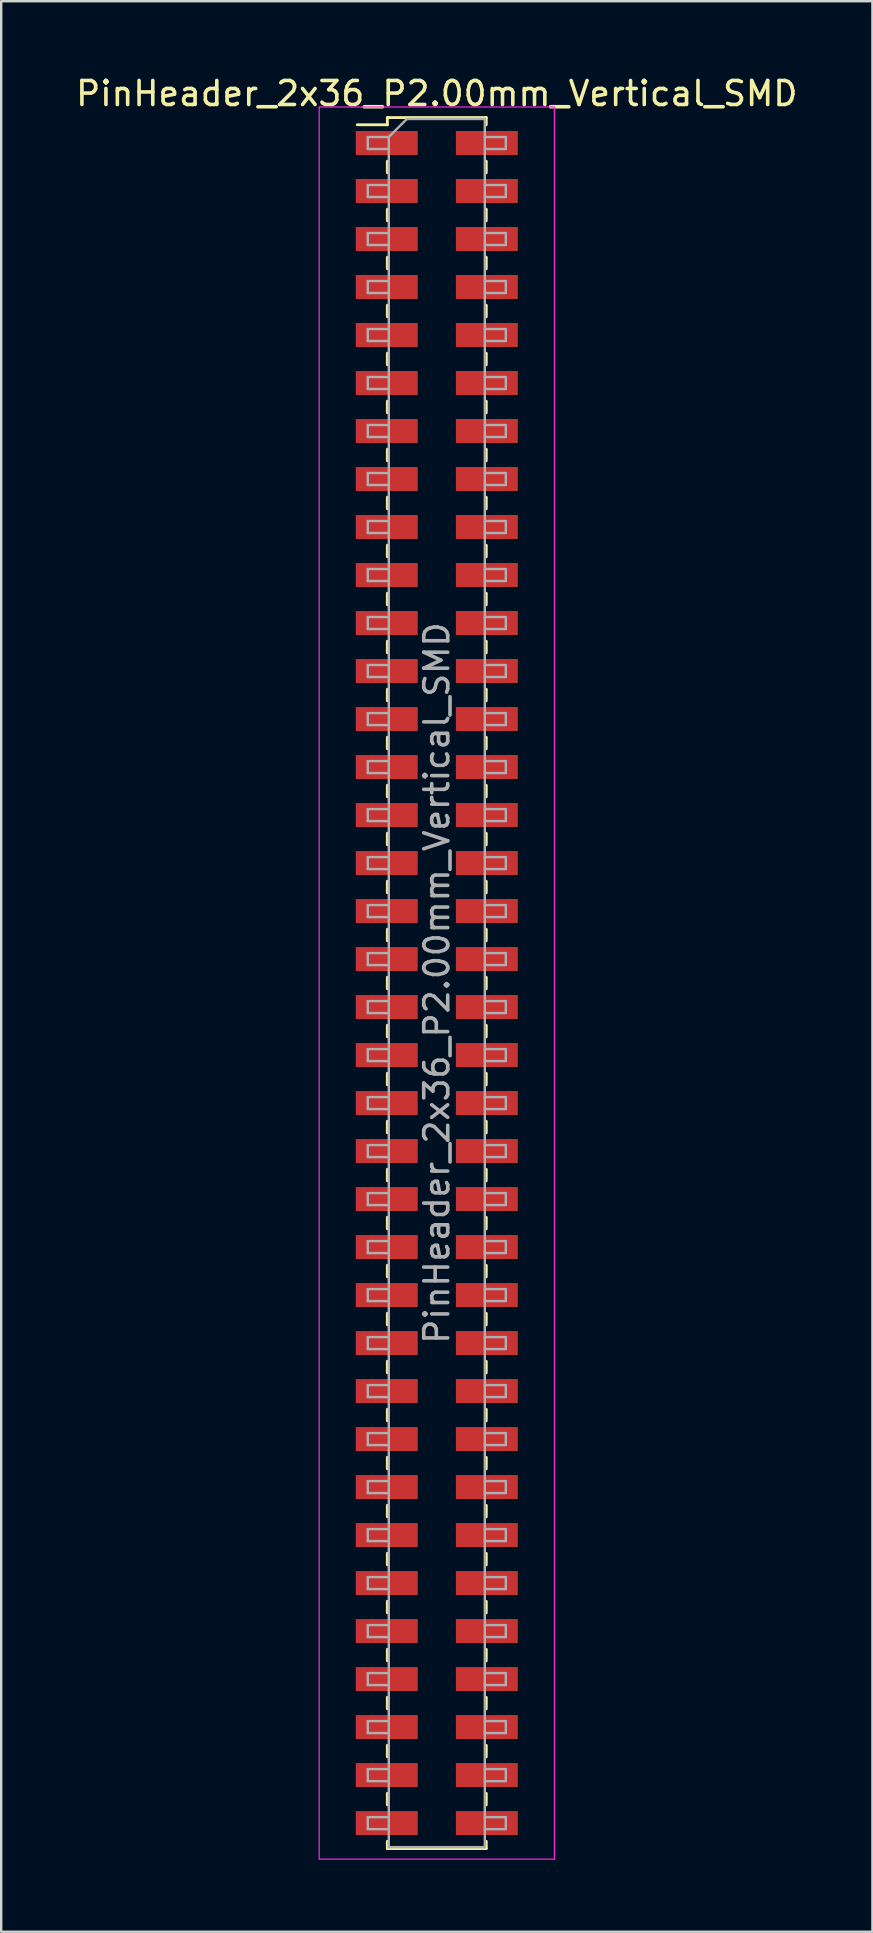
<source format=kicad_pcb>
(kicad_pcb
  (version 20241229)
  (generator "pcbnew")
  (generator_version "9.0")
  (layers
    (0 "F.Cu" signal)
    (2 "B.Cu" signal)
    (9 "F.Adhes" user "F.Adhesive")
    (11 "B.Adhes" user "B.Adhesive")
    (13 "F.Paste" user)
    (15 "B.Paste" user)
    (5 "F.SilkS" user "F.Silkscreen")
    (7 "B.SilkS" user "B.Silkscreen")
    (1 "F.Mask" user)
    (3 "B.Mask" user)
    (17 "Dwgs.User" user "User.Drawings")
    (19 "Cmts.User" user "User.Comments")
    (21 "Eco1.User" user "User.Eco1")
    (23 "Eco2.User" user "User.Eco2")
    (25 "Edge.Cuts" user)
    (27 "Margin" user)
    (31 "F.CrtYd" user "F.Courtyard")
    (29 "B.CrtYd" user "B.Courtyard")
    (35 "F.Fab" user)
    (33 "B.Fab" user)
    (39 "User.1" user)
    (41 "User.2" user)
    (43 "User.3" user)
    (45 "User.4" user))
  (footprint "PinHeader_2x36_P2.00mm_Vertical_SMD"
    (layer "F.Cu")
    (at 15.149 37.908)
    (property "Reference" "PinHeader_2x36_P2.00mm_Vertical_SMD" (at 0 -37.06 0) (layer "F.SilkS") (effects (font (size 1 1) (thickness 0.15))))
    (attr smd)
    (fp_line (start -3.315 -35.76) (end -2.06 -35.76) (stroke (width 0.12) (type solid)) (layer "F.SilkS"))
    (fp_line (start -2.06 -36.06) (end -2.06 -35.76) (stroke (width 0.12) (type solid)) (layer "F.SilkS"))
    (fp_line (start -2.06 -36.06) (end 2.06 -36.06) (stroke (width 0.12) (type solid)) (layer "F.SilkS"))
    (fp_line (start -2.06 -34.24) (end -2.06 -33.76) (stroke (width 0.12) (type solid)) (layer "F.SilkS"))
    (fp_line (start -2.06 -32.24) (end -2.06 -31.76) (stroke (width 0.12) (type solid)) (layer "F.SilkS"))
    (fp_line (start -2.06 -30.24) (end -2.06 -29.76) (stroke (width 0.12) (type solid)) (layer "F.SilkS"))
    (fp_line (start -2.06 -28.24) (end -2.06 -27.76) (stroke (width 0.12) (type solid)) (layer "F.SilkS"))
    (fp_line (start -2.06 -26.24) (end -2.06 -25.76) (stroke (width 0.12) (type solid)) (layer "F.SilkS"))
    (fp_line (start -2.06 -24.24) (end -2.06 -23.76) (stroke (width 0.12) (type solid)) (layer "F.SilkS"))
    (fp_line (start -2.06 -22.24) (end -2.06 -21.76) (stroke (width 0.12) (type solid)) (layer "F.SilkS"))
    (fp_line (start -2.06 -20.24) (end -2.06 -19.76) (stroke (width 0.12) (type solid)) (layer "F.SilkS"))
    (fp_line (start -2.06 -18.24) (end -2.06 -17.76) (stroke (width 0.12) (type solid)) (layer "F.SilkS"))
    (fp_line (start -2.06 -16.24) (end -2.06 -15.76) (stroke (width 0.12) (type solid)) (layer "F.SilkS"))
    (fp_line (start -2.06 -14.24) (end -2.06 -13.76) (stroke (width 0.12) (type solid)) (layer "F.SilkS"))
    (fp_line (start -2.06 -12.24) (end -2.06 -11.76) (stroke (width 0.12) (type solid)) (layer "F.SilkS"))
    (fp_line (start -2.06 -10.24) (end -2.06 -9.76) (stroke (width 0.12) (type solid)) (layer "F.SilkS"))
    (fp_line (start -2.06 -8.24) (end -2.06 -7.76) (stroke (width 0.12) (type solid)) (layer "F.SilkS"))
    (fp_line (start -2.06 -6.24) (end -2.06 -5.76) (stroke (width 0.12) (type solid)) (layer "F.SilkS"))
    (fp_line (start -2.06 -4.24) (end -2.06 -3.76) (stroke (width 0.12) (type solid)) (layer "F.SilkS"))
    (fp_line (start -2.06 -2.24) (end -2.06 -1.76) (stroke (width 0.12) (type solid)) (layer "F.SilkS"))
    (fp_line (start -2.06 -0.24) (end -2.06 0.24) (stroke (width 0.12) (type solid)) (layer "F.SilkS"))
    (fp_line (start -2.06 1.76) (end -2.06 2.24) (stroke (width 0.12) (type solid)) (layer "F.SilkS"))
    (fp_line (start -2.06 3.76) (end -2.06 4.24) (stroke (width 0.12) (type solid)) (layer "F.SilkS"))
    (fp_line (start -2.06 5.76) (end -2.06 6.24) (stroke (width 0.12) (type solid)) (layer "F.SilkS"))
    (fp_line (start -2.06 7.76) (end -2.06 8.24) (stroke (width 0.12) (type solid)) (layer "F.SilkS"))
    (fp_line (start -2.06 9.76) (end -2.06 10.24) (stroke (width 0.12) (type solid)) (layer "F.SilkS"))
    (fp_line (start -2.06 11.76) (end -2.06 12.24) (stroke (width 0.12) (type solid)) (layer "F.SilkS"))
    (fp_line (start -2.06 13.76) (end -2.06 14.24) (stroke (width 0.12) (type solid)) (layer "F.SilkS"))
    (fp_line (start -2.06 15.76) (end -2.06 16.24) (stroke (width 0.12) (type solid)) (layer "F.SilkS"))
    (fp_line (start -2.06 17.76) (end -2.06 18.24) (stroke (width 0.12) (type solid)) (layer "F.SilkS"))
    (fp_line (start -2.06 19.76) (end -2.06 20.24) (stroke (width 0.12) (type solid)) (layer "F.SilkS"))
    (fp_line (start -2.06 21.76) (end -2.06 22.24) (stroke (width 0.12) (type solid)) (layer "F.SilkS"))
    (fp_line (start -2.06 23.76) (end -2.06 24.24) (stroke (width 0.12) (type solid)) (layer "F.SilkS"))
    (fp_line (start -2.06 25.76) (end -2.06 26.24) (stroke (width 0.12) (type solid)) (layer "F.SilkS"))
    (fp_line (start -2.06 27.76) (end -2.06 28.24) (stroke (width 0.12) (type solid)) (layer "F.SilkS"))
    (fp_line (start -2.06 29.76) (end -2.06 30.24) (stroke (width 0.12) (type solid)) (layer "F.SilkS"))
    (fp_line (start -2.06 31.76) (end -2.06 32.24) (stroke (width 0.12) (type solid)) (layer "F.SilkS"))
    (fp_line (start -2.06 33.76) (end -2.06 34.24) (stroke (width 0.12) (type solid)) (layer "F.SilkS"))
    (fp_line (start -2.06 35.76) (end -2.06 36.06) (stroke (width 0.12) (type solid)) (layer "F.SilkS"))
    (fp_line (start -2.06 36.06) (end 2.06 36.06) (stroke (width 0.12) (type solid)) (layer "F.SilkS"))
    (fp_line (start 2.06 -36.06) (end 2.06 -35.76) (stroke (width 0.12) (type solid)) (layer "F.SilkS"))
    (fp_line (start 2.06 -34.24) (end 2.06 -33.76) (stroke (width 0.12) (type solid)) (layer "F.SilkS"))
    (fp_line (start 2.06 -32.24) (end 2.06 -31.76) (stroke (width 0.12) (type solid)) (layer "F.SilkS"))
    (fp_line (start 2.06 -30.24) (end 2.06 -29.76) (stroke (width 0.12) (type solid)) (layer "F.SilkS"))
    (fp_line (start 2.06 -28.24) (end 2.06 -27.76) (stroke (width 0.12) (type solid)) (layer "F.SilkS"))
    (fp_line (start 2.06 -26.24) (end 2.06 -25.76) (stroke (width 0.12) (type solid)) (layer "F.SilkS"))
    (fp_line (start 2.06 -24.24) (end 2.06 -23.76) (stroke (width 0.12) (type solid)) (layer "F.SilkS"))
    (fp_line (start 2.06 -22.24) (end 2.06 -21.76) (stroke (width 0.12) (type solid)) (layer "F.SilkS"))
    (fp_line (start 2.06 -20.24) (end 2.06 -19.76) (stroke (width 0.12) (type solid)) (layer "F.SilkS"))
    (fp_line (start 2.06 -18.24) (end 2.06 -17.76) (stroke (width 0.12) (type solid)) (layer "F.SilkS"))
    (fp_line (start 2.06 -16.24) (end 2.06 -15.76) (stroke (width 0.12) (type solid)) (layer "F.SilkS"))
    (fp_line (start 2.06 -14.24) (end 2.06 -13.76) (stroke (width 0.12) (type solid)) (layer "F.SilkS"))
    (fp_line (start 2.06 -12.24) (end 2.06 -11.76) (stroke (width 0.12) (type solid)) (layer "F.SilkS"))
    (fp_line (start 2.06 -10.24) (end 2.06 -9.76) (stroke (width 0.12) (type solid)) (layer "F.SilkS"))
    (fp_line (start 2.06 -8.24) (end 2.06 -7.76) (stroke (width 0.12) (type solid)) (layer "F.SilkS"))
    (fp_line (start 2.06 -6.24) (end 2.06 -5.76) (stroke (width 0.12) (type solid)) (layer "F.SilkS"))
    (fp_line (start 2.06 -4.24) (end 2.06 -3.76) (stroke (width 0.12) (type solid)) (layer "F.SilkS"))
    (fp_line (start 2.06 -2.24) (end 2.06 -1.76) (stroke (width 0.12) (type solid)) (layer "F.SilkS"))
    (fp_line (start 2.06 -0.24) (end 2.06 0.24) (stroke (width 0.12) (type solid)) (layer "F.SilkS"))
    (fp_line (start 2.06 1.76) (end 2.06 2.24) (stroke (width 0.12) (type solid)) (layer "F.SilkS"))
    (fp_line (start 2.06 3.76) (end 2.06 4.24) (stroke (width 0.12) (type solid)) (layer "F.SilkS"))
    (fp_line (start 2.06 5.76) (end 2.06 6.24) (stroke (width 0.12) (type solid)) (layer "F.SilkS"))
    (fp_line (start 2.06 7.76) (end 2.06 8.24) (stroke (width 0.12) (type solid)) (layer "F.SilkS"))
    (fp_line (start 2.06 9.76) (end 2.06 10.24) (stroke (width 0.12) (type solid)) (layer "F.SilkS"))
    (fp_line (start 2.06 11.76) (end 2.06 12.24) (stroke (width 0.12) (type solid)) (layer "F.SilkS"))
    (fp_line (start 2.06 13.76) (end 2.06 14.24) (stroke (width 0.12) (type solid)) (layer "F.SilkS"))
    (fp_line (start 2.06 15.76) (end 2.06 16.24) (stroke (width 0.12) (type solid)) (layer "F.SilkS"))
    (fp_line (start 2.06 17.76) (end 2.06 18.24) (stroke (width 0.12) (type solid)) (layer "F.SilkS"))
    (fp_line (start 2.06 19.76) (end 2.06 20.24) (stroke (width 0.12) (type solid)) (layer "F.SilkS"))
    (fp_line (start 2.06 21.76) (end 2.06 22.24) (stroke (width 0.12) (type solid)) (layer "F.SilkS"))
    (fp_line (start 2.06 23.76) (end 2.06 24.24) (stroke (width 0.12) (type solid)) (layer "F.SilkS"))
    (fp_line (start 2.06 25.76) (end 2.06 26.24) (stroke (width 0.12) (type solid)) (layer "F.SilkS"))
    (fp_line (start 2.06 27.76) (end 2.06 28.24) (stroke (width 0.12) (type solid)) (layer "F.SilkS"))
    (fp_line (start 2.06 29.76) (end 2.06 30.24) (stroke (width 0.12) (type solid)) (layer "F.SilkS"))
    (fp_line (start 2.06 31.76) (end 2.06 32.24) (stroke (width 0.12) (type solid)) (layer "F.SilkS"))
    (fp_line (start 2.06 33.76) (end 2.06 34.24) (stroke (width 0.12) (type solid)) (layer "F.SilkS"))
    (fp_line (start 2.06 35.76) (end 2.06 36.06) (stroke (width 0.12) (type solid)) (layer "F.SilkS"))
    (fp_line (start -4.9 -36.5) (end -4.9 36.5) (stroke (width 0.05) (type solid)) (layer "F.CrtYd"))
    (fp_line (start -4.9 36.5) (end 4.9 36.5) (stroke (width 0.05) (type solid)) (layer "F.CrtYd"))
    (fp_line (start 4.9 -36.5) (end -4.9 -36.5) (stroke (width 0.05) (type solid)) (layer "F.CrtYd"))
    (fp_line (start 4.9 36.5) (end 4.9 -36.5) (stroke (width 0.05) (type solid)) (layer "F.CrtYd"))
    (fp_line (start -2.875 -35.25) (end -2.875 -34.75) (stroke (width 0.1) (type solid)) (layer "F.Fab"))
    (fp_line (start -2.875 -34.75) (end -2 -34.75) (stroke (width 0.1) (type solid)) (layer "F.Fab"))
    (fp_line (start -2.875 -33.25) (end -2.875 -32.75) (stroke (width 0.1) (type solid)) (layer "F.Fab"))
    (fp_line (start -2.875 -32.75) (end -2 -32.75) (stroke (width 0.1) (type solid)) (layer "F.Fab"))
    (fp_line (start -2.875 -31.25) (end -2.875 -30.75) (stroke (width 0.1) (type solid)) (layer "F.Fab"))
    (fp_line (start -2.875 -30.75) (end -2 -30.75) (stroke (width 0.1) (type solid)) (layer "F.Fab"))
    (fp_line (start -2.875 -29.25) (end -2.875 -28.75) (stroke (width 0.1) (type solid)) (layer "F.Fab"))
    (fp_line (start -2.875 -28.75) (end -2 -28.75) (stroke (width 0.1) (type solid)) (layer "F.Fab"))
    (fp_line (start -2.875 -27.25) (end -2.875 -26.75) (stroke (width 0.1) (type solid)) (layer "F.Fab"))
    (fp_line (start -2.875 -26.75) (end -2 -26.75) (stroke (width 0.1) (type solid)) (layer "F.Fab"))
    (fp_line (start -2.875 -25.25) (end -2.875 -24.75) (stroke (width 0.1) (type solid)) (layer "F.Fab"))
    (fp_line (start -2.875 -24.75) (end -2 -24.75) (stroke (width 0.1) (type solid)) (layer "F.Fab"))
    (fp_line (start -2.875 -23.25) (end -2.875 -22.75) (stroke (width 0.1) (type solid)) (layer "F.Fab"))
    (fp_line (start -2.875 -22.75) (end -2 -22.75) (stroke (width 0.1) (type solid)) (layer "F.Fab"))
    (fp_line (start -2.875 -21.25) (end -2.875 -20.75) (stroke (width 0.1) (type solid)) (layer "F.Fab"))
    (fp_line (start -2.875 -20.75) (end -2 -20.75) (stroke (width 0.1) (type solid)) (layer "F.Fab"))
    (fp_line (start -2.875 -19.25) (end -2.875 -18.75) (stroke (width 0.1) (type solid)) (layer "F.Fab"))
    (fp_line (start -2.875 -18.75) (end -2 -18.75) (stroke (width 0.1) (type solid)) (layer "F.Fab"))
    (fp_line (start -2.875 -17.25) (end -2.875 -16.75) (stroke (width 0.1) (type solid)) (layer "F.Fab"))
    (fp_line (start -2.875 -16.75) (end -2 -16.75) (stroke (width 0.1) (type solid)) (layer "F.Fab"))
    (fp_line (start -2.875 -15.25) (end -2.875 -14.75) (stroke (width 0.1) (type solid)) (layer "F.Fab"))
    (fp_line (start -2.875 -14.75) (end -2 -14.75) (stroke (width 0.1) (type solid)) (layer "F.Fab"))
    (fp_line (start -2.875 -13.25) (end -2.875 -12.75) (stroke (width 0.1) (type solid)) (layer "F.Fab"))
    (fp_line (start -2.875 -12.75) (end -2 -12.75) (stroke (width 0.1) (type solid)) (layer "F.Fab"))
    (fp_line (start -2.875 -11.25) (end -2.875 -10.75) (stroke (width 0.1) (type solid)) (layer "F.Fab"))
    (fp_line (start -2.875 -10.75) (end -2 -10.75) (stroke (width 0.1) (type solid)) (layer "F.Fab"))
    (fp_line (start -2.875 -9.25) (end -2.875 -8.75) (stroke (width 0.1) (type solid)) (layer "F.Fab"))
    (fp_line (start -2.875 -8.75) (end -2 -8.75) (stroke (width 0.1) (type solid)) (layer "F.Fab"))
    (fp_line (start -2.875 -7.25) (end -2.875 -6.75) (stroke (width 0.1) (type solid)) (layer "F.Fab"))
    (fp_line (start -2.875 -6.75) (end -2 -6.75) (stroke (width 0.1) (type solid)) (layer "F.Fab"))
    (fp_line (start -2.875 -5.25) (end -2.875 -4.75) (stroke (width 0.1) (type solid)) (layer "F.Fab"))
    (fp_line (start -2.875 -4.75) (end -2 -4.75) (stroke (width 0.1) (type solid)) (layer "F.Fab"))
    (fp_line (start -2.875 -3.25) (end -2.875 -2.75) (stroke (width 0.1) (type solid)) (layer "F.Fab"))
    (fp_line (start -2.875 -2.75) (end -2 -2.75) (stroke (width 0.1) (type solid)) (layer "F.Fab"))
    (fp_line (start -2.875 -1.25) (end -2.875 -0.75) (stroke (width 0.1) (type solid)) (layer "F.Fab"))
    (fp_line (start -2.875 -0.75) (end -2 -0.75) (stroke (width 0.1) (type solid)) (layer "F.Fab"))
    (fp_line (start -2.875 0.75) (end -2.875 1.25) (stroke (width 0.1) (type solid)) (layer "F.Fab"))
    (fp_line (start -2.875 1.25) (end -2 1.25) (stroke (width 0.1) (type solid)) (layer "F.Fab"))
    (fp_line (start -2.875 2.75) (end -2.875 3.25) (stroke (width 0.1) (type solid)) (layer "F.Fab"))
    (fp_line (start -2.875 3.25) (end -2 3.25) (stroke (width 0.1) (type solid)) (layer "F.Fab"))
    (fp_line (start -2.875 4.75) (end -2.875 5.25) (stroke (width 0.1) (type solid)) (layer "F.Fab"))
    (fp_line (start -2.875 5.25) (end -2 5.25) (stroke (width 0.1) (type solid)) (layer "F.Fab"))
    (fp_line (start -2.875 6.75) (end -2.875 7.25) (stroke (width 0.1) (type solid)) (layer "F.Fab"))
    (fp_line (start -2.875 7.25) (end -2 7.25) (stroke (width 0.1) (type solid)) (layer "F.Fab"))
    (fp_line (start -2.875 8.75) (end -2.875 9.25) (stroke (width 0.1) (type solid)) (layer "F.Fab"))
    (fp_line (start -2.875 9.25) (end -2 9.25) (stroke (width 0.1) (type solid)) (layer "F.Fab"))
    (fp_line (start -2.875 10.75) (end -2.875 11.25) (stroke (width 0.1) (type solid)) (layer "F.Fab"))
    (fp_line (start -2.875 11.25) (end -2 11.25) (stroke (width 0.1) (type solid)) (layer "F.Fab"))
    (fp_line (start -2.875 12.75) (end -2.875 13.25) (stroke (width 0.1) (type solid)) (layer "F.Fab"))
    (fp_line (start -2.875 13.25) (end -2 13.25) (stroke (width 0.1) (type solid)) (layer "F.Fab"))
    (fp_line (start -2.875 14.75) (end -2.875 15.25) (stroke (width 0.1) (type solid)) (layer "F.Fab"))
    (fp_line (start -2.875 15.25) (end -2 15.25) (stroke (width 0.1) (type solid)) (layer "F.Fab"))
    (fp_line (start -2.875 16.75) (end -2.875 17.25) (stroke (width 0.1) (type solid)) (layer "F.Fab"))
    (fp_line (start -2.875 17.25) (end -2 17.25) (stroke (width 0.1) (type solid)) (layer "F.Fab"))
    (fp_line (start -2.875 18.75) (end -2.875 19.25) (stroke (width 0.1) (type solid)) (layer "F.Fab"))
    (fp_line (start -2.875 19.25) (end -2 19.25) (stroke (width 0.1) (type solid)) (layer "F.Fab"))
    (fp_line (start -2.875 20.75) (end -2.875 21.25) (stroke (width 0.1) (type solid)) (layer "F.Fab"))
    (fp_line (start -2.875 21.25) (end -2 21.25) (stroke (width 0.1) (type solid)) (layer "F.Fab"))
    (fp_line (start -2.875 22.75) (end -2.875 23.25) (stroke (width 0.1) (type solid)) (layer "F.Fab"))
    (fp_line (start -2.875 23.25) (end -2 23.25) (stroke (width 0.1) (type solid)) (layer "F.Fab"))
    (fp_line (start -2.875 24.75) (end -2.875 25.25) (stroke (width 0.1) (type solid)) (layer "F.Fab"))
    (fp_line (start -2.875 25.25) (end -2 25.25) (stroke (width 0.1) (type solid)) (layer "F.Fab"))
    (fp_line (start -2.875 26.75) (end -2.875 27.25) (stroke (width 0.1) (type solid)) (layer "F.Fab"))
    (fp_line (start -2.875 27.25) (end -2 27.25) (stroke (width 0.1) (type solid)) (layer "F.Fab"))
    (fp_line (start -2.875 28.75) (end -2.875 29.25) (stroke (width 0.1) (type solid)) (layer "F.Fab"))
    (fp_line (start -2.875 29.25) (end -2 29.25) (stroke (width 0.1) (type solid)) (layer "F.Fab"))
    (fp_line (start -2.875 30.75) (end -2.875 31.25) (stroke (width 0.1) (type solid)) (layer "F.Fab"))
    (fp_line (start -2.875 31.25) (end -2 31.25) (stroke (width 0.1) (type solid)) (layer "F.Fab"))
    (fp_line (start -2.875 32.75) (end -2.875 33.25) (stroke (width 0.1) (type solid)) (layer "F.Fab"))
    (fp_line (start -2.875 33.25) (end -2 33.25) (stroke (width 0.1) (type solid)) (layer "F.Fab"))
    (fp_line (start -2.875 34.75) (end -2.875 35.25) (stroke (width 0.1) (type solid)) (layer "F.Fab"))
    (fp_line (start -2.875 35.25) (end -2 35.25) (stroke (width 0.1) (type solid)) (layer "F.Fab"))
    (fp_line (start -2 -35.25) (end -2.875 -35.25) (stroke (width 0.1) (type solid)) (layer "F.Fab"))
    (fp_line (start -2 -35.25) (end -1.25 -36) (stroke (width 0.1) (type solid)) (layer "F.Fab"))
    (fp_line (start -2 -33.25) (end -2.875 -33.25) (stroke (width 0.1) (type solid)) (layer "F.Fab"))
    (fp_line (start -2 -31.25) (end -2.875 -31.25) (stroke (width 0.1) (type solid)) (layer "F.Fab"))
    (fp_line (start -2 -29.25) (end -2.875 -29.25) (stroke (width 0.1) (type solid)) (layer "F.Fab"))
    (fp_line (start -2 -27.25) (end -2.875 -27.25) (stroke (width 0.1) (type solid)) (layer "F.Fab"))
    (fp_line (start -2 -25.25) (end -2.875 -25.25) (stroke (width 0.1) (type solid)) (layer "F.Fab"))
    (fp_line (start -2 -23.25) (end -2.875 -23.25) (stroke (width 0.1) (type solid)) (layer "F.Fab"))
    (fp_line (start -2 -21.25) (end -2.875 -21.25) (stroke (width 0.1) (type solid)) (layer "F.Fab"))
    (fp_line (start -2 -19.25) (end -2.875 -19.25) (stroke (width 0.1) (type solid)) (layer "F.Fab"))
    (fp_line (start -2 -17.25) (end -2.875 -17.25) (stroke (width 0.1) (type solid)) (layer "F.Fab"))
    (fp_line (start -2 -15.25) (end -2.875 -15.25) (stroke (width 0.1) (type solid)) (layer "F.Fab"))
    (fp_line (start -2 -13.25) (end -2.875 -13.25) (stroke (width 0.1) (type solid)) (layer "F.Fab"))
    (fp_line (start -2 -11.25) (end -2.875 -11.25) (stroke (width 0.1) (type solid)) (layer "F.Fab"))
    (fp_line (start -2 -9.25) (end -2.875 -9.25) (stroke (width 0.1) (type solid)) (layer "F.Fab"))
    (fp_line (start -2 -7.25) (end -2.875 -7.25) (stroke (width 0.1) (type solid)) (layer "F.Fab"))
    (fp_line (start -2 -5.25) (end -2.875 -5.25) (stroke (width 0.1) (type solid)) (layer "F.Fab"))
    (fp_line (start -2 -3.25) (end -2.875 -3.25) (stroke (width 0.1) (type solid)) (layer "F.Fab"))
    (fp_line (start -2 -1.25) (end -2.875 -1.25) (stroke (width 0.1) (type solid)) (layer "F.Fab"))
    (fp_line (start -2 0.75) (end -2.875 0.75) (stroke (width 0.1) (type solid)) (layer "F.Fab"))
    (fp_line (start -2 2.75) (end -2.875 2.75) (stroke (width 0.1) (type solid)) (layer "F.Fab"))
    (fp_line (start -2 4.75) (end -2.875 4.75) (stroke (width 0.1) (type solid)) (layer "F.Fab"))
    (fp_line (start -2 6.75) (end -2.875 6.75) (stroke (width 0.1) (type solid)) (layer "F.Fab"))
    (fp_line (start -2 8.75) (end -2.875 8.75) (stroke (width 0.1) (type solid)) (layer "F.Fab"))
    (fp_line (start -2 10.75) (end -2.875 10.75) (stroke (width 0.1) (type solid)) (layer "F.Fab"))
    (fp_line (start -2 12.75) (end -2.875 12.75) (stroke (width 0.1) (type solid)) (layer "F.Fab"))
    (fp_line (start -2 14.75) (end -2.875 14.75) (stroke (width 0.1) (type solid)) (layer "F.Fab"))
    (fp_line (start -2 16.75) (end -2.875 16.75) (stroke (width 0.1) (type solid)) (layer "F.Fab"))
    (fp_line (start -2 18.75) (end -2.875 18.75) (stroke (width 0.1) (type solid)) (layer "F.Fab"))
    (fp_line (start -2 20.75) (end -2.875 20.75) (stroke (width 0.1) (type solid)) (layer "F.Fab"))
    (fp_line (start -2 22.75) (end -2.875 22.75) (stroke (width 0.1) (type solid)) (layer "F.Fab"))
    (fp_line (start -2 24.75) (end -2.875 24.75) (stroke (width 0.1) (type solid)) (layer "F.Fab"))
    (fp_line (start -2 26.75) (end -2.875 26.75) (stroke (width 0.1) (type solid)) (layer "F.Fab"))
    (fp_line (start -2 28.75) (end -2.875 28.75) (stroke (width 0.1) (type solid)) (layer "F.Fab"))
    (fp_line (start -2 30.75) (end -2.875 30.75) (stroke (width 0.1) (type solid)) (layer "F.Fab"))
    (fp_line (start -2 32.75) (end -2.875 32.75) (stroke (width 0.1) (type solid)) (layer "F.Fab"))
    (fp_line (start -2 34.75) (end -2.875 34.75) (stroke (width 0.1) (type solid)) (layer "F.Fab"))
    (fp_line (start -2 36) (end -2 -35.25) (stroke (width 0.1) (type solid)) (layer "F.Fab"))
    (fp_line (start -1.25 -36) (end 2 -36) (stroke (width 0.1) (type solid)) (layer "F.Fab"))
    (fp_line (start 2 -36) (end 2 36) (stroke (width 0.1) (type solid)) (layer "F.Fab"))
    (fp_line (start 2 -35.25) (end 2.875 -35.25) (stroke (width 0.1) (type solid)) (layer "F.Fab"))
    (fp_line (start 2 -33.25) (end 2.875 -33.25) (stroke (width 0.1) (type solid)) (layer "F.Fab"))
    (fp_line (start 2 -31.25) (end 2.875 -31.25) (stroke (width 0.1) (type solid)) (layer "F.Fab"))
    (fp_line (start 2 -29.25) (end 2.875 -29.25) (stroke (width 0.1) (type solid)) (layer "F.Fab"))
    (fp_line (start 2 -27.25) (end 2.875 -27.25) (stroke (width 0.1) (type solid)) (layer "F.Fab"))
    (fp_line (start 2 -25.25) (end 2.875 -25.25) (stroke (width 0.1) (type solid)) (layer "F.Fab"))
    (fp_line (start 2 -23.25) (end 2.875 -23.25) (stroke (width 0.1) (type solid)) (layer "F.Fab"))
    (fp_line (start 2 -21.25) (end 2.875 -21.25) (stroke (width 0.1) (type solid)) (layer "F.Fab"))
    (fp_line (start 2 -19.25) (end 2.875 -19.25) (stroke (width 0.1) (type solid)) (layer "F.Fab"))
    (fp_line (start 2 -17.25) (end 2.875 -17.25) (stroke (width 0.1) (type solid)) (layer "F.Fab"))
    (fp_line (start 2 -15.25) (end 2.875 -15.25) (stroke (width 0.1) (type solid)) (layer "F.Fab"))
    (fp_line (start 2 -13.25) (end 2.875 -13.25) (stroke (width 0.1) (type solid)) (layer "F.Fab"))
    (fp_line (start 2 -11.25) (end 2.875 -11.25) (stroke (width 0.1) (type solid)) (layer "F.Fab"))
    (fp_line (start 2 -9.25) (end 2.875 -9.25) (stroke (width 0.1) (type solid)) (layer "F.Fab"))
    (fp_line (start 2 -7.25) (end 2.875 -7.25) (stroke (width 0.1) (type solid)) (layer "F.Fab"))
    (fp_line (start 2 -5.25) (end 2.875 -5.25) (stroke (width 0.1) (type solid)) (layer "F.Fab"))
    (fp_line (start 2 -3.25) (end 2.875 -3.25) (stroke (width 0.1) (type solid)) (layer "F.Fab"))
    (fp_line (start 2 -1.25) (end 2.875 -1.25) (stroke (width 0.1) (type solid)) (layer "F.Fab"))
    (fp_line (start 2 0.75) (end 2.875 0.75) (stroke (width 0.1) (type solid)) (layer "F.Fab"))
    (fp_line (start 2 2.75) (end 2.875 2.75) (stroke (width 0.1) (type solid)) (layer "F.Fab"))
    (fp_line (start 2 4.75) (end 2.875 4.75) (stroke (width 0.1) (type solid)) (layer "F.Fab"))
    (fp_line (start 2 6.75) (end 2.875 6.75) (stroke (width 0.1) (type solid)) (layer "F.Fab"))
    (fp_line (start 2 8.75) (end 2.875 8.75) (stroke (width 0.1) (type solid)) (layer "F.Fab"))
    (fp_line (start 2 10.75) (end 2.875 10.75) (stroke (width 0.1) (type solid)) (layer "F.Fab"))
    (fp_line (start 2 12.75) (end 2.875 12.75) (stroke (width 0.1) (type solid)) (layer "F.Fab"))
    (fp_line (start 2 14.75) (end 2.875 14.75) (stroke (width 0.1) (type solid)) (layer "F.Fab"))
    (fp_line (start 2 16.75) (end 2.875 16.75) (stroke (width 0.1) (type solid)) (layer "F.Fab"))
    (fp_line (start 2 18.75) (end 2.875 18.75) (stroke (width 0.1) (type solid)) (layer "F.Fab"))
    (fp_line (start 2 20.75) (end 2.875 20.75) (stroke (width 0.1) (type solid)) (layer "F.Fab"))
    (fp_line (start 2 22.75) (end 2.875 22.75) (stroke (width 0.1) (type solid)) (layer "F.Fab"))
    (fp_line (start 2 24.75) (end 2.875 24.75) (stroke (width 0.1) (type solid)) (layer "F.Fab"))
    (fp_line (start 2 26.75) (end 2.875 26.75) (stroke (width 0.1) (type solid)) (layer "F.Fab"))
    (fp_line (start 2 28.75) (end 2.875 28.75) (stroke (width 0.1) (type solid)) (layer "F.Fab"))
    (fp_line (start 2 30.75) (end 2.875 30.75) (stroke (width 0.1) (type solid)) (layer "F.Fab"))
    (fp_line (start 2 32.75) (end 2.875 32.75) (stroke (width 0.1) (type solid)) (layer "F.Fab"))
    (fp_line (start 2 34.75) (end 2.875 34.75) (stroke (width 0.1) (type solid)) (layer "F.Fab"))
    (fp_line (start 2 36) (end -2 36) (stroke (width 0.1) (type solid)) (layer "F.Fab"))
    (fp_line (start 2.875 -35.25) (end 2.875 -34.75) (stroke (width 0.1) (type solid)) (layer "F.Fab"))
    (fp_line (start 2.875 -34.75) (end 2 -34.75) (stroke (width 0.1) (type solid)) (layer "F.Fab"))
    (fp_line (start 2.875 -33.25) (end 2.875 -32.75) (stroke (width 0.1) (type solid)) (layer "F.Fab"))
    (fp_line (start 2.875 -32.75) (end 2 -32.75) (stroke (width 0.1) (type solid)) (layer "F.Fab"))
    (fp_line (start 2.875 -31.25) (end 2.875 -30.75) (stroke (width 0.1) (type solid)) (layer "F.Fab"))
    (fp_line (start 2.875 -30.75) (end 2 -30.75) (stroke (width 0.1) (type solid)) (layer "F.Fab"))
    (fp_line (start 2.875 -29.25) (end 2.875 -28.75) (stroke (width 0.1) (type solid)) (layer "F.Fab"))
    (fp_line (start 2.875 -28.75) (end 2 -28.75) (stroke (width 0.1) (type solid)) (layer "F.Fab"))
    (fp_line (start 2.875 -27.25) (end 2.875 -26.75) (stroke (width 0.1) (type solid)) (layer "F.Fab"))
    (fp_line (start 2.875 -26.75) (end 2 -26.75) (stroke (width 0.1) (type solid)) (layer "F.Fab"))
    (fp_line (start 2.875 -25.25) (end 2.875 -24.75) (stroke (width 0.1) (type solid)) (layer "F.Fab"))
    (fp_line (start 2.875 -24.75) (end 2 -24.75) (stroke (width 0.1) (type solid)) (layer "F.Fab"))
    (fp_line (start 2.875 -23.25) (end 2.875 -22.75) (stroke (width 0.1) (type solid)) (layer "F.Fab"))
    (fp_line (start 2.875 -22.75) (end 2 -22.75) (stroke (width 0.1) (type solid)) (layer "F.Fab"))
    (fp_line (start 2.875 -21.25) (end 2.875 -20.75) (stroke (width 0.1) (type solid)) (layer "F.Fab"))
    (fp_line (start 2.875 -20.75) (end 2 -20.75) (stroke (width 0.1) (type solid)) (layer "F.Fab"))
    (fp_line (start 2.875 -19.25) (end 2.875 -18.75) (stroke (width 0.1) (type solid)) (layer "F.Fab"))
    (fp_line (start 2.875 -18.75) (end 2 -18.75) (stroke (width 0.1) (type solid)) (layer "F.Fab"))
    (fp_line (start 2.875 -17.25) (end 2.875 -16.75) (stroke (width 0.1) (type solid)) (layer "F.Fab"))
    (fp_line (start 2.875 -16.75) (end 2 -16.75) (stroke (width 0.1) (type solid)) (layer "F.Fab"))
    (fp_line (start 2.875 -15.25) (end 2.875 -14.75) (stroke (width 0.1) (type solid)) (layer "F.Fab"))
    (fp_line (start 2.875 -14.75) (end 2 -14.75) (stroke (width 0.1) (type solid)) (layer "F.Fab"))
    (fp_line (start 2.875 -13.25) (end 2.875 -12.75) (stroke (width 0.1) (type solid)) (layer "F.Fab"))
    (fp_line (start 2.875 -12.75) (end 2 -12.75) (stroke (width 0.1) (type solid)) (layer "F.Fab"))
    (fp_line (start 2.875 -11.25) (end 2.875 -10.75) (stroke (width 0.1) (type solid)) (layer "F.Fab"))
    (fp_line (start 2.875 -10.75) (end 2 -10.75) (stroke (width 0.1) (type solid)) (layer "F.Fab"))
    (fp_line (start 2.875 -9.25) (end 2.875 -8.75) (stroke (width 0.1) (type solid)) (layer "F.Fab"))
    (fp_line (start 2.875 -8.75) (end 2 -8.75) (stroke (width 0.1) (type solid)) (layer "F.Fab"))
    (fp_line (start 2.875 -7.25) (end 2.875 -6.75) (stroke (width 0.1) (type solid)) (layer "F.Fab"))
    (fp_line (start 2.875 -6.75) (end 2 -6.75) (stroke (width 0.1) (type solid)) (layer "F.Fab"))
    (fp_line (start 2.875 -5.25) (end 2.875 -4.75) (stroke (width 0.1) (type solid)) (layer "F.Fab"))
    (fp_line (start 2.875 -4.75) (end 2 -4.75) (stroke (width 0.1) (type solid)) (layer "F.Fab"))
    (fp_line (start 2.875 -3.25) (end 2.875 -2.75) (stroke (width 0.1) (type solid)) (layer "F.Fab"))
    (fp_line (start 2.875 -2.75) (end 2 -2.75) (stroke (width 0.1) (type solid)) (layer "F.Fab"))
    (fp_line (start 2.875 -1.25) (end 2.875 -0.75) (stroke (width 0.1) (type solid)) (layer "F.Fab"))
    (fp_line (start 2.875 -0.75) (end 2 -0.75) (stroke (width 0.1) (type solid)) (layer "F.Fab"))
    (fp_line (start 2.875 0.75) (end 2.875 1.25) (stroke (width 0.1) (type solid)) (layer "F.Fab"))
    (fp_line (start 2.875 1.25) (end 2 1.25) (stroke (width 0.1) (type solid)) (layer "F.Fab"))
    (fp_line (start 2.875 2.75) (end 2.875 3.25) (stroke (width 0.1) (type solid)) (layer "F.Fab"))
    (fp_line (start 2.875 3.25) (end 2 3.25) (stroke (width 0.1) (type solid)) (layer "F.Fab"))
    (fp_line (start 2.875 4.75) (end 2.875 5.25) (stroke (width 0.1) (type solid)) (layer "F.Fab"))
    (fp_line (start 2.875 5.25) (end 2 5.25) (stroke (width 0.1) (type solid)) (layer "F.Fab"))
    (fp_line (start 2.875 6.75) (end 2.875 7.25) (stroke (width 0.1) (type solid)) (layer "F.Fab"))
    (fp_line (start 2.875 7.25) (end 2 7.25) (stroke (width 0.1) (type solid)) (layer "F.Fab"))
    (fp_line (start 2.875 8.75) (end 2.875 9.25) (stroke (width 0.1) (type solid)) (layer "F.Fab"))
    (fp_line (start 2.875 9.25) (end 2 9.25) (stroke (width 0.1) (type solid)) (layer "F.Fab"))
    (fp_line (start 2.875 10.75) (end 2.875 11.25) (stroke (width 0.1) (type solid)) (layer "F.Fab"))
    (fp_line (start 2.875 11.25) (end 2 11.25) (stroke (width 0.1) (type solid)) (layer "F.Fab"))
    (fp_line (start 2.875 12.75) (end 2.875 13.25) (stroke (width 0.1) (type solid)) (layer "F.Fab"))
    (fp_line (start 2.875 13.25) (end 2 13.25) (stroke (width 0.1) (type solid)) (layer "F.Fab"))
    (fp_line (start 2.875 14.75) (end 2.875 15.25) (stroke (width 0.1) (type solid)) (layer "F.Fab"))
    (fp_line (start 2.875 15.25) (end 2 15.25) (stroke (width 0.1) (type solid)) (layer "F.Fab"))
    (fp_line (start 2.875 16.75) (end 2.875 17.25) (stroke (width 0.1) (type solid)) (layer "F.Fab"))
    (fp_line (start 2.875 17.25) (end 2 17.25) (stroke (width 0.1) (type solid)) (layer "F.Fab"))
    (fp_line (start 2.875 18.75) (end 2.875 19.25) (stroke (width 0.1) (type solid)) (layer "F.Fab"))
    (fp_line (start 2.875 19.25) (end 2 19.25) (stroke (width 0.1) (type solid)) (layer "F.Fab"))
    (fp_line (start 2.875 20.75) (end 2.875 21.25) (stroke (width 0.1) (type solid)) (layer "F.Fab"))
    (fp_line (start 2.875 21.25) (end 2 21.25) (stroke (width 0.1) (type solid)) (layer "F.Fab"))
    (fp_line (start 2.875 22.75) (end 2.875 23.25) (stroke (width 0.1) (type solid)) (layer "F.Fab"))
    (fp_line (start 2.875 23.25) (end 2 23.25) (stroke (width 0.1) (type solid)) (layer "F.Fab"))
    (fp_line (start 2.875 24.75) (end 2.875 25.25) (stroke (width 0.1) (type solid)) (layer "F.Fab"))
    (fp_line (start 2.875 25.25) (end 2 25.25) (stroke (width 0.1) (type solid)) (layer "F.Fab"))
    (fp_line (start 2.875 26.75) (end 2.875 27.25) (stroke (width 0.1) (type solid)) (layer "F.Fab"))
    (fp_line (start 2.875 27.25) (end 2 27.25) (stroke (width 0.1) (type solid)) (layer "F.Fab"))
    (fp_line (start 2.875 28.75) (end 2.875 29.25) (stroke (width 0.1) (type solid)) (layer "F.Fab"))
    (fp_line (start 2.875 29.25) (end 2 29.25) (stroke (width 0.1) (type solid)) (layer "F.Fab"))
    (fp_line (start 2.875 30.75) (end 2.875 31.25) (stroke (width 0.1) (type solid)) (layer "F.Fab"))
    (fp_line (start 2.875 31.25) (end 2 31.25) (stroke (width 0.1) (type solid)) (layer "F.Fab"))
    (fp_line (start 2.875 32.75) (end 2.875 33.25) (stroke (width 0.1) (type solid)) (layer "F.Fab"))
    (fp_line (start 2.875 33.25) (end 2 33.25) (stroke (width 0.1) (type solid)) (layer "F.Fab"))
    (fp_line (start 2.875 34.75) (end 2.875 35.25) (stroke (width 0.1) (type solid)) (layer "F.Fab"))
    (fp_line (start 2.875 35.25) (end 2 35.25) (stroke (width 0.1) (type solid)) (layer "F.Fab"))
    (fp_text user "${REFERENCE}" (at 0 0 90) (layer "F.Fab") (effects (font (size 1 1) (thickness 0.15))))
    (pad "1" smd rect (at -2.085 -35) (size 2.58 1) (layers "F.Cu" "F.Mask" "F.Paste"))
    (pad "2" smd rect (at 2.085 -35) (size 2.58 1) (layers "F.Cu" "F.Mask" "F.Paste"))
    (pad "3" smd rect (at -2.085 -33) (size 2.58 1) (layers "F.Cu" "F.Mask" "F.Paste"))
    (pad "4" smd rect (at 2.085 -33) (size 2.58 1) (layers "F.Cu" "F.Mask" "F.Paste"))
    (pad "5" smd rect (at -2.085 -31) (size 2.58 1) (layers "F.Cu" "F.Mask" "F.Paste"))
    (pad "6" smd rect (at 2.085 -31) (size 2.58 1) (layers "F.Cu" "F.Mask" "F.Paste"))
    (pad "7" smd rect (at -2.085 -29) (size 2.58 1) (layers "F.Cu" "F.Mask" "F.Paste"))
    (pad "8" smd rect (at 2.085 -29) (size 2.58 1) (layers "F.Cu" "F.Mask" "F.Paste"))
    (pad "9" smd rect (at -2.085 -27) (size 2.58 1) (layers "F.Cu" "F.Mask" "F.Paste"))
    (pad "10" smd rect (at 2.085 -27) (size 2.58 1) (layers "F.Cu" "F.Mask" "F.Paste"))
    (pad "11" smd rect (at -2.085 -25) (size 2.58 1) (layers "F.Cu" "F.Mask" "F.Paste"))
    (pad "12" smd rect (at 2.085 -25) (size 2.58 1) (layers "F.Cu" "F.Mask" "F.Paste"))
    (pad "13" smd rect (at -2.085 -23) (size 2.58 1) (layers "F.Cu" "F.Mask" "F.Paste"))
    (pad "14" smd rect (at 2.085 -23) (size 2.58 1) (layers "F.Cu" "F.Mask" "F.Paste"))
    (pad "15" smd rect (at -2.085 -21) (size 2.58 1) (layers "F.Cu" "F.Mask" "F.Paste"))
    (pad "16" smd rect (at 2.085 -21) (size 2.58 1) (layers "F.Cu" "F.Mask" "F.Paste"))
    (pad "17" smd rect (at -2.085 -19) (size 2.58 1) (layers "F.Cu" "F.Mask" "F.Paste"))
    (pad "18" smd rect (at 2.085 -19) (size 2.58 1) (layers "F.Cu" "F.Mask" "F.Paste"))
    (pad "19" smd rect (at -2.085 -17) (size 2.58 1) (layers "F.Cu" "F.Mask" "F.Paste"))
    (pad "20" smd rect (at 2.085 -17) (size 2.58 1) (layers "F.Cu" "F.Mask" "F.Paste"))
    (pad "21" smd rect (at -2.085 -15) (size 2.58 1) (layers "F.Cu" "F.Mask" "F.Paste"))
    (pad "22" smd rect (at 2.085 -15) (size 2.58 1) (layers "F.Cu" "F.Mask" "F.Paste"))
    (pad "23" smd rect (at -2.085 -13) (size 2.58 1) (layers "F.Cu" "F.Mask" "F.Paste"))
    (pad "24" smd rect (at 2.085 -13) (size 2.58 1) (layers "F.Cu" "F.Mask" "F.Paste"))
    (pad "25" smd rect (at -2.085 -11) (size 2.58 1) (layers "F.Cu" "F.Mask" "F.Paste"))
    (pad "26" smd rect (at 2.085 -11) (size 2.58 1) (layers "F.Cu" "F.Mask" "F.Paste"))
    (pad "27" smd rect (at -2.085 -9) (size 2.58 1) (layers "F.Cu" "F.Mask" "F.Paste"))
    (pad "28" smd rect (at 2.085 -9) (size 2.58 1) (layers "F.Cu" "F.Mask" "F.Paste"))
    (pad "29" smd rect (at -2.085 -7) (size 2.58 1) (layers "F.Cu" "F.Mask" "F.Paste"))
    (pad "30" smd rect (at 2.085 -7) (size 2.58 1) (layers "F.Cu" "F.Mask" "F.Paste"))
    (pad "31" smd rect (at -2.085 -5) (size 2.58 1) (layers "F.Cu" "F.Mask" "F.Paste"))
    (pad "32" smd rect (at 2.085 -5) (size 2.58 1) (layers "F.Cu" "F.Mask" "F.Paste"))
    (pad "33" smd rect (at -2.085 -3) (size 2.58 1) (layers "F.Cu" "F.Mask" "F.Paste"))
    (pad "34" smd rect (at 2.085 -3) (size 2.58 1) (layers "F.Cu" "F.Mask" "F.Paste"))
    (pad "35" smd rect (at -2.085 -1) (size 2.58 1) (layers "F.Cu" "F.Mask" "F.Paste"))
    (pad "36" smd rect (at 2.085 -1) (size 2.58 1) (layers "F.Cu" "F.Mask" "F.Paste"))
    (pad "37" smd rect (at -2.085 1) (size 2.58 1) (layers "F.Cu" "F.Mask" "F.Paste"))
    (pad "38" smd rect (at 2.085 1) (size 2.58 1) (layers "F.Cu" "F.Mask" "F.Paste"))
    (pad "39" smd rect (at -2.085 3) (size 2.58 1) (layers "F.Cu" "F.Mask" "F.Paste"))
    (pad "40" smd rect (at 2.085 3) (size 2.58 1) (layers "F.Cu" "F.Mask" "F.Paste"))
    (pad "41" smd rect (at -2.085 5) (size 2.58 1) (layers "F.Cu" "F.Mask" "F.Paste"))
    (pad "42" smd rect (at 2.085 5) (size 2.58 1) (layers "F.Cu" "F.Mask" "F.Paste"))
    (pad "43" smd rect (at -2.085 7) (size 2.58 1) (layers "F.Cu" "F.Mask" "F.Paste"))
    (pad "44" smd rect (at 2.085 7) (size 2.58 1) (layers "F.Cu" "F.Mask" "F.Paste"))
    (pad "45" smd rect (at -2.085 9) (size 2.58 1) (layers "F.Cu" "F.Mask" "F.Paste"))
    (pad "46" smd rect (at 2.085 9) (size 2.58 1) (layers "F.Cu" "F.Mask" "F.Paste"))
    (pad "47" smd rect (at -2.085 11) (size 2.58 1) (layers "F.Cu" "F.Mask" "F.Paste"))
    (pad "48" smd rect (at 2.085 11) (size 2.58 1) (layers "F.Cu" "F.Mask" "F.Paste"))
    (pad "49" smd rect (at -2.085 13) (size 2.58 1) (layers "F.Cu" "F.Mask" "F.Paste"))
    (pad "50" smd rect (at 2.085 13) (size 2.58 1) (layers "F.Cu" "F.Mask" "F.Paste"))
    (pad "51" smd rect (at -2.085 15) (size 2.58 1) (layers "F.Cu" "F.Mask" "F.Paste"))
    (pad "52" smd rect (at 2.085 15) (size 2.58 1) (layers "F.Cu" "F.Mask" "F.Paste"))
    (pad "53" smd rect (at -2.085 17) (size 2.58 1) (layers "F.Cu" "F.Mask" "F.Paste"))
    (pad "54" smd rect (at 2.085 17) (size 2.58 1) (layers "F.Cu" "F.Mask" "F.Paste"))
    (pad "55" smd rect (at -2.085 19) (size 2.58 1) (layers "F.Cu" "F.Mask" "F.Paste"))
    (pad "56" smd rect (at 2.085 19) (size 2.58 1) (layers "F.Cu" "F.Mask" "F.Paste"))
    (pad "57" smd rect (at -2.085 21) (size 2.58 1) (layers "F.Cu" "F.Mask" "F.Paste"))
    (pad "58" smd rect (at 2.085 21) (size 2.58 1) (layers "F.Cu" "F.Mask" "F.Paste"))
    (pad "59" smd rect (at -2.085 23) (size 2.58 1) (layers "F.Cu" "F.Mask" "F.Paste"))
    (pad "60" smd rect (at 2.085 23) (size 2.58 1) (layers "F.Cu" "F.Mask" "F.Paste"))
    (pad "61" smd rect (at -2.085 25) (size 2.58 1) (layers "F.Cu" "F.Mask" "F.Paste"))
    (pad "62" smd rect (at 2.085 25) (size 2.58 1) (layers "F.Cu" "F.Mask" "F.Paste"))
    (pad "63" smd rect (at -2.085 27) (size 2.58 1) (layers "F.Cu" "F.Mask" "F.Paste"))
    (pad "64" smd rect (at 2.085 27) (size 2.58 1) (layers "F.Cu" "F.Mask" "F.Paste"))
    (pad "65" smd rect (at -2.085 29) (size 2.58 1) (layers "F.Cu" "F.Mask" "F.Paste"))
    (pad "66" smd rect (at 2.085 29) (size 2.58 1) (layers "F.Cu" "F.Mask" "F.Paste"))
    (pad "67" smd rect (at -2.085 31) (size 2.58 1) (layers "F.Cu" "F.Mask" "F.Paste"))
    (pad "68" smd rect (at 2.085 31) (size 2.58 1) (layers "F.Cu" "F.Mask" "F.Paste"))
    (pad "69" smd rect (at -2.085 33) (size 2.58 1) (layers "F.Cu" "F.Mask" "F.Paste"))
    (pad "70" smd rect (at 2.085 33) (size 2.58 1) (layers "F.Cu" "F.Mask" "F.Paste"))
    (pad "71" smd rect (at -2.085 35) (size 2.58 1) (layers "F.Cu" "F.Mask" "F.Paste"))
    (pad "72" smd rect (at 2.085 35) (size 2.58 1) (layers "F.Cu" "F.Mask" "F.Paste")))
  (gr_rect
    (start -3 -3)
    (end 33.298 77.433)
    (stroke (width 0.1) (type default))
    (fill no)
    (layer "Edge.Cuts")))
</source>
